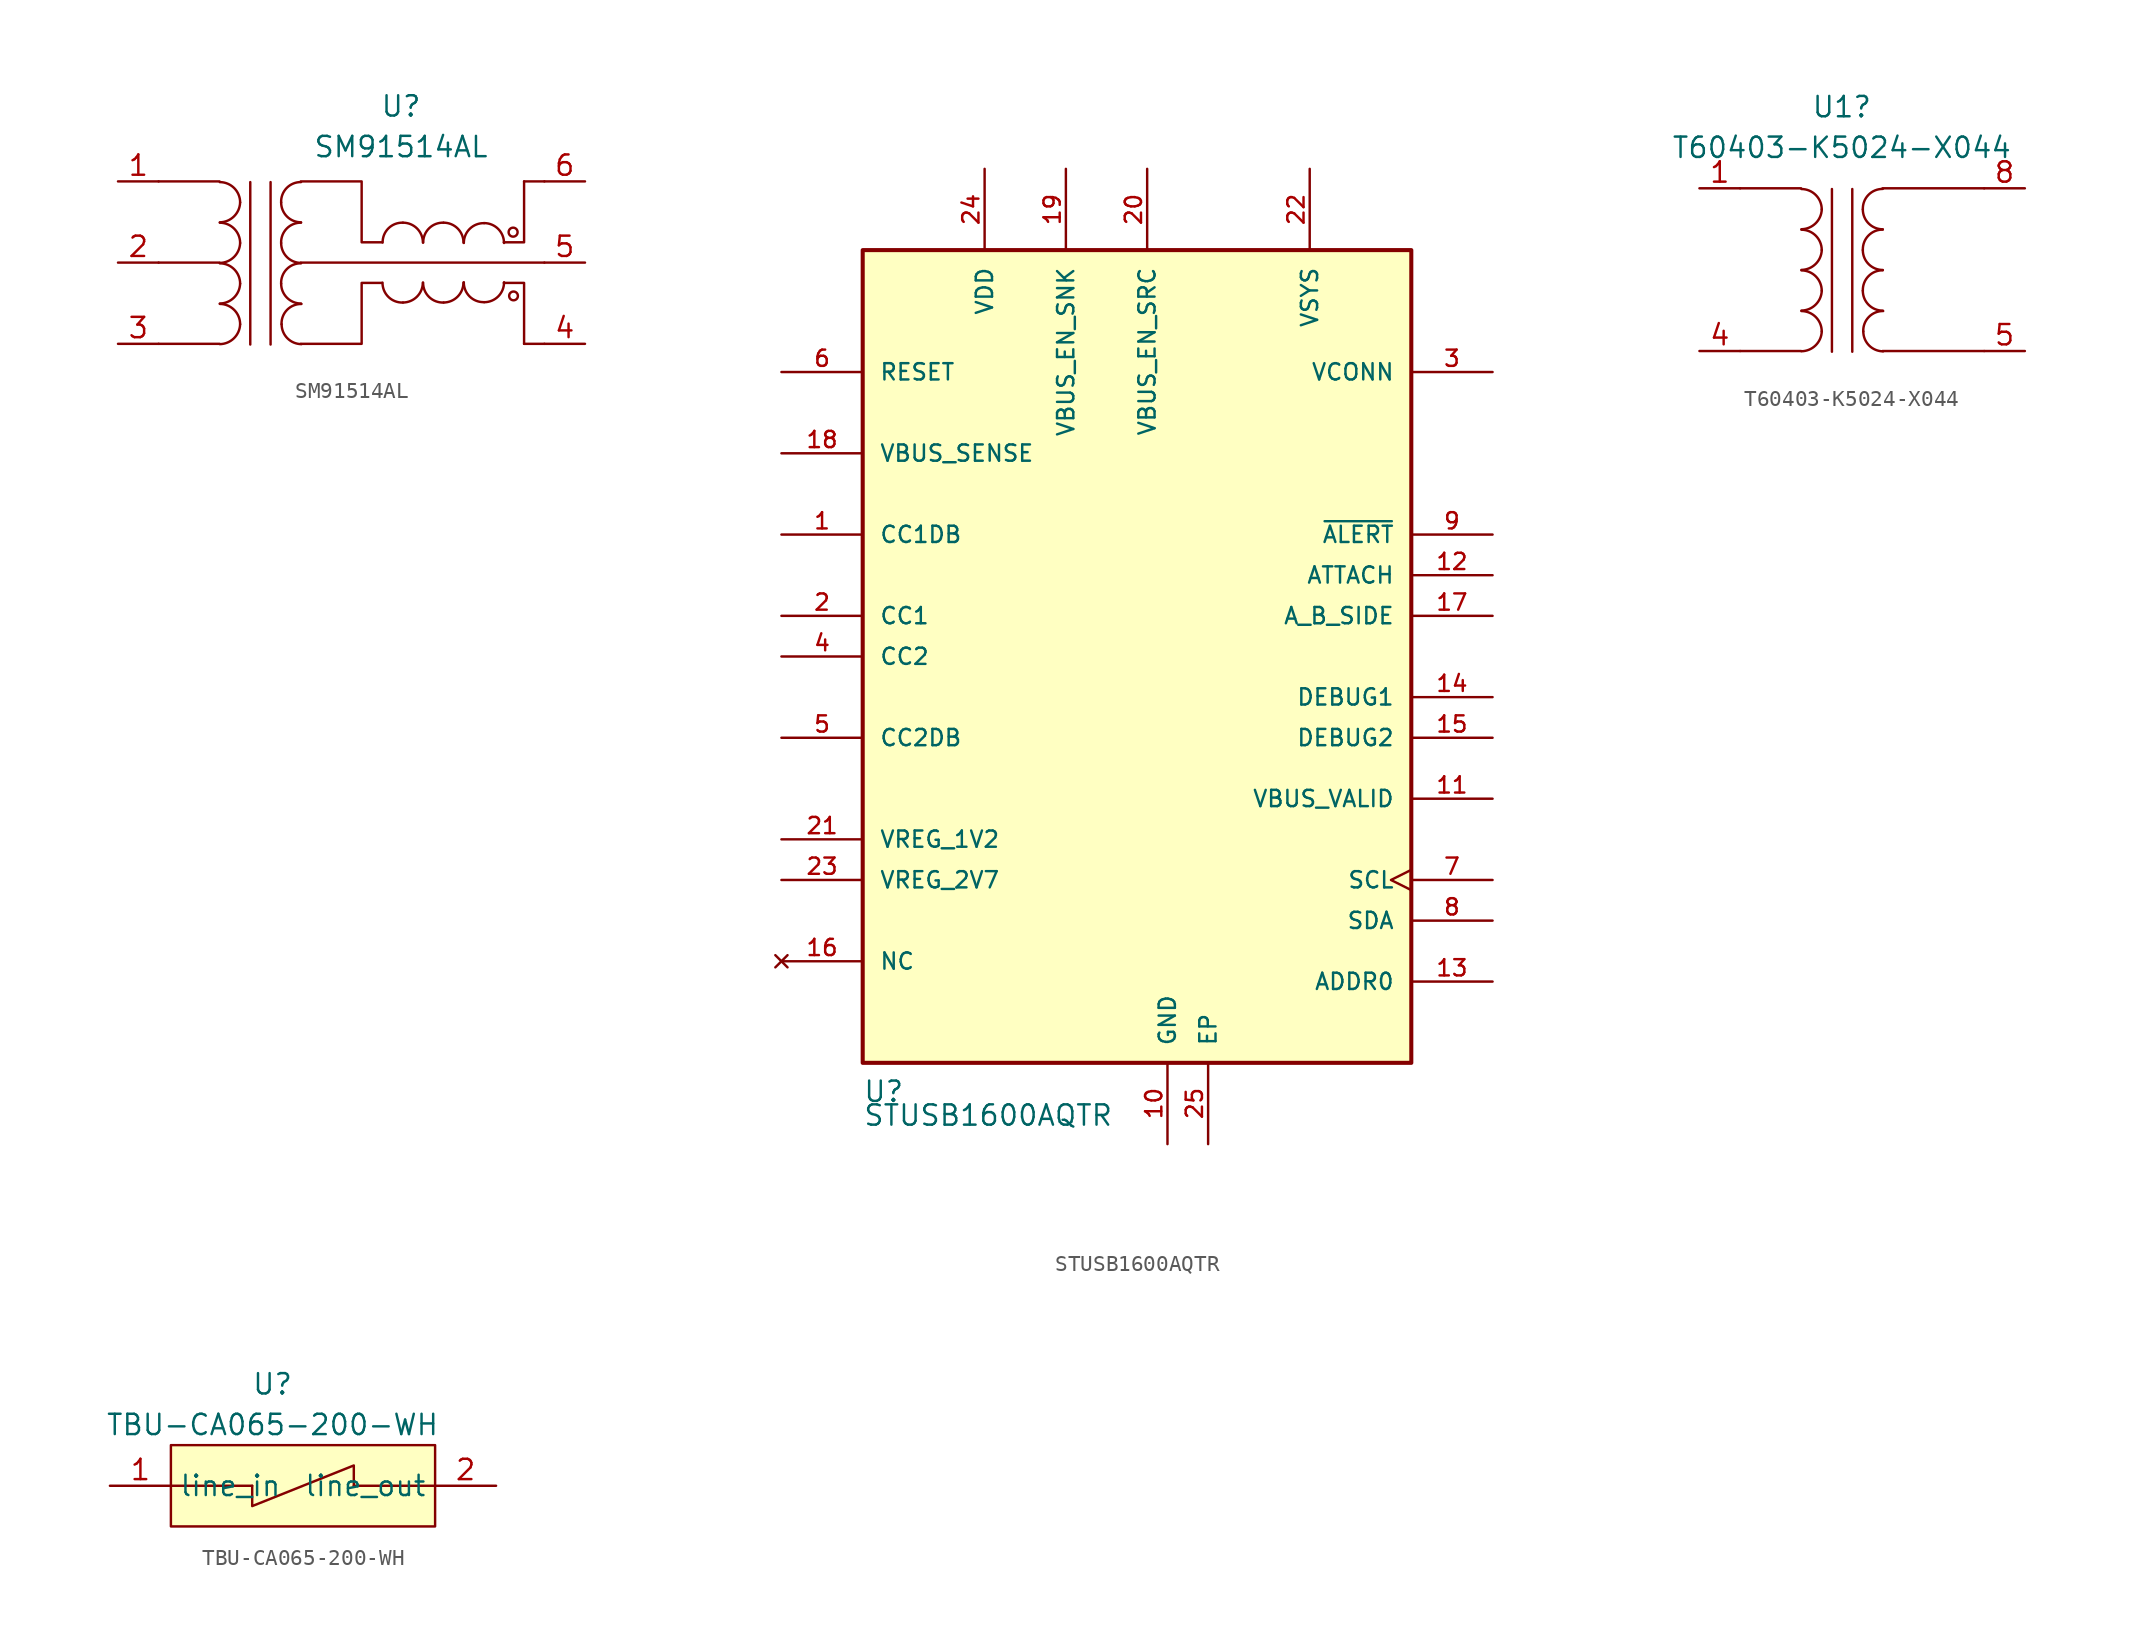
<source format=kicad_sym>
(kicad_symbol_lib
  (version 20220914)
  (generator kicad_symbol_editor)
  (symbol "SM91514AL"
    (property "Reference" "U"
      (at 25.324 -2.921 0)
      (effects (font (size 1.27 1.27))))
    (property "Value" "SM91514AL"
      (at 25.324 -5.461 0)
      (effects (font (size 1.27 1.27))))
    (symbol "SM91514AL_0_0"
      (pin passive line (at 7.62 -7.62 0) (length 2.54) (name "" (effects (font (size 1.27 1.27)))) (number "1" (effects (font (size 1.27 1.27)))))
      (pin passive line (at 7.62 -12.7 0) (length 2.54) (name "" (effects (font (size 1.27 1.27)))) (number "2" (effects (font (size 1.27 1.27)))))
      (pin passive line (at 7.62 -17.78 0) (length 2.54) (name "" (effects (font (size 1.27 1.27)))) (number "3" (effects (font (size 1.27 1.27)))))
      (pin passive line (at 36.83 -17.78 180) (length 2.54) (name "" (effects (font (size 1.27 1.27)))) (number "4" (effects (font (size 1.27 1.27)))))
      (pin passive line (at 36.83 -12.7 180) (length 2.54) (name "" (effects (font (size 1.27 1.27)))) (number "5" (effects (font (size 1.27 1.27)))))
      (pin passive line (at 36.83 -7.62 180) (length 2.54) (name "" (effects (font (size 1.27 1.27)))) (number "6" (effects (font (size 1.27 1.27))))))
    (symbol "SM91514AL_0_1"
      (polyline (pts (xy 13.97 -17.78) (xy 10.16 -17.78)) (stroke (width 0) (type default)) (fill (type none)))
      (polyline (pts (xy 13.97 -12.7) (xy 10.16 -12.7)) (stroke (width 0) (type default)) (fill (type none)))
      (polyline (pts (xy 13.97 -7.62) (xy 10.16 -7.62)) (stroke (width 0) (type default)) (fill (type none)))
      (polyline (pts (xy 15.893 -7.664) (xy 15.893 -17.824)) (stroke (width 0) (type default)) (fill (type none)))
      (polyline (pts (xy 17.163 -17.824) (xy 17.163 -7.664)) (stroke (width 0) (type default)) (fill (type none)))
      (polyline (pts (xy 19.05 -12.7) (xy 34.29 -12.7)) (stroke (width 0) (type default)) (fill (type none)))
      (polyline (pts (xy 34.29 -17.78) (xy 33.02 -17.78)) (stroke (width 0) (type default)) (fill (type none)))
      (polyline (pts (xy 34.29 -7.62) (xy 33.02 -7.62)) (stroke (width 0) (type default)) (fill (type none)))
      (polyline (pts (xy 31.75 -13.97) (xy 33.02 -13.97) (xy 33.02 -17.78)) (stroke (width 0) (type default)) (fill (type none)))
      (polyline (pts (xy 31.75 -11.43) (xy 33.02 -11.43) (xy 33.02 -7.62)) (stroke (width 0) (type default)) (fill (type none)))
      (polyline (pts (xy 19.05 -17.78) (xy 22.86 -17.78) (xy 22.86 -15.24) (xy 22.86 -13.97) (xy 24.13 -13.97)) (stroke (width 0) (type default)) (fill (type none)))
      (polyline (pts (xy 19.05 -7.62) (xy 22.86 -7.62) (xy 22.86 -10.16) (xy 22.86 -11.43) (xy 24.13 -11.43)) (stroke (width 0) (type default)) (fill (type none)))
      (arc (start 13.9883 -17.7989) (mid 14.8722 -17.4306) (end 15.2583 -16.5543) (stroke (width 0) (type default)) (fill (type none)))
      (arc (start 13.9883 -15.2589) (mid 14.8722 -14.8906) (end 15.2583 -14.0143) (stroke (width 0) (type default)) (fill (type none)))
      (arc (start 13.9883 -12.7189) (mid 14.8722 -12.3506) (end 15.2583 -11.4743) (stroke (width 0) (type default)) (fill (type none)))
      (arc (start 13.9883 -10.1789) (mid 14.8722 -9.8106) (end 15.2583 -8.9343) (stroke (width 0) (type default)) (fill (type none)))
      (arc (start 15.2583 -16.5543) (mid 14.8863 -15.6563) (end 13.9883 -15.2843) (stroke (width 0) (type default)) (fill (type none)))
      (arc (start 15.2583 -14.0143) (mid 14.8863 -13.1163) (end 13.9883 -12.7443) (stroke (width 0) (type default)) (fill (type none)))
      (arc (start 15.2583 -11.4743) (mid 14.8863 -10.5763) (end 13.9883 -10.2043) (stroke (width 0) (type default)) (fill (type none)))
      (arc (start 15.2583 -8.9343) (mid 14.8863 -8.0363) (end 13.9883 -7.6643) (stroke (width 0) (type default)) (fill (type none)))
      (arc (start 17.8237 -14.0143) (mid 18.1882 -14.8944) (end 19.0683 -15.2589) (stroke (width 0) (type default)) (fill (type none)))
      (arc (start 17.8237 -11.4743) (mid 18.1882 -12.3544) (end 19.0683 -12.7189) (stroke (width 0) (type default)) (fill (type none)))
      (arc (start 17.8237 -8.9343) (mid 18.1882 -9.8144) (end 19.0683 -10.1789) (stroke (width 0) (type default)) (fill (type none)))
      (arc (start 17.8491 -16.5543) (mid 18.2137 -17.4342) (end 19.0937 -17.7989) (stroke (width 0) (type default)) (fill (type none)))
      (arc (start 19.0683 -12.7443) (mid 18.1741 -13.1128) (end 17.8237 -14.0143) (stroke (width 0) (type default)) (fill (type none)))
      (arc (start 19.0683 -10.2043) (mid 18.1741 -10.5728) (end 17.8237 -11.4743) (stroke (width 0) (type default)) (fill (type none)))
      (arc (start 19.0683 -7.6643) (mid 18.1741 -8.0328) (end 17.8237 -8.9343) (stroke (width 0) (type default)) (fill (type none)))
      (arc (start 19.0937 -15.2843) (mid 18.1992 -15.6526) (end 17.8491 -16.5543) (stroke (width 0) (type default)) (fill (type none)))
      (arc (start 24.172 -13.953) (mid 24.5405 -14.8472) (end 25.442 -15.1976) (stroke (width 0) (type default)) (fill (type none)))
      (arc (start 25.442 -15.1976) (mid 26.3221 -14.8331) (end 26.6866 -13.953) (stroke (width 0) (type default)) (fill (type none)))
      (arc (start 25.442 -10.2024) (mid 24.5403 -10.5527) (end 24.172 -11.447) (stroke (width 0) (type default)) (fill (type none)))
      (arc (start 26.6866 -11.447) (mid 26.3221 -10.5669) (end 25.442 -10.2024) (stroke (width 0) (type default)) (fill (type none)))
      (arc (start 26.712 -13.953) (mid 27.0805 -14.8472) (end 27.982 -15.1976) (stroke (width 0) (type default)) (fill (type none)))
      (arc (start 27.982 -15.1976) (mid 28.8621 -14.8331) (end 29.2266 -13.953) (stroke (width 0) (type default)) (fill (type none)))
      (arc (start 27.982 -10.2024) (mid 27.0803 -10.5527) (end 26.712 -11.447) (stroke (width 0) (type default)) (fill (type none)))
      (arc (start 29.2266 -11.447) (mid 28.8621 -10.5669) (end 27.982 -10.2024) (stroke (width 0) (type default)) (fill (type none)))
      (arc (start 29.252 -13.9276) (mid 29.6203 -14.8221) (end 30.522 -15.1722) (stroke (width 0) (type default)) (fill (type none)))
      (arc (start 30.522 -15.1722) (mid 31.4019 -14.8076) (end 31.7666 -13.9276) (stroke (width 0) (type default)) (fill (type none)))
      (arc (start 30.522 -10.2278) (mid 29.6205 -10.5781) (end 29.252 -11.4724) (stroke (width 0) (type default)) (fill (type none)))
      (arc (start 31.7666 -11.4724) (mid 31.4022 -10.5921) (end 30.522 -10.2278) (stroke (width 0) (type default)) (fill (type none)))
      (circle (center 32.334 -10.795) (radius 0.281) (stroke (width 0) (type default)) (fill (type none)))
      (circle (center 32.36 -14.783) (radius 0.274) (stroke (width 0) (type default)) (fill (type none)))))
  (symbol "STUSB1600AQTR"
    (pin_names
      (offset 1.016))
    (property "Reference" "U"
      (at -20.32 -25.4 0)
      (effects (font (size 1.27 1.27)) (justify left bottom)))
    (property "Value" "STUSB1600AQTR"
      (at -20.32 -25.4 0)
      (effects (font (size 1.27 1.27)) (justify left top)))
    (symbol "STUSB1600AQTR_0_0"
      (rectangle (start -20.32 27.94) (end 13.97 -22.86) (stroke (width 0.254) (type default)) (fill (type background)))
      (pin bidirectional line (at -25.4 10.16 0) (length 5.08) (name "CC1DB" (effects (font (size 1.016 1.016)))) (number "1" (effects (font (size 1.016 1.016)))))
      (pin power_in line (at -1.27 -27.94 90) (length 5.08) (name "GND" (effects (font (size 1.016 1.016)))) (number "10" (effects (font (size 1.016 1.016)))))
      (pin output line (at 19.05 -6.35 180) (length 5.08) (name "VBUS_VALID" (effects (font (size 1.016 1.016)))) (number "11" (effects (font (size 1.016 1.016)))))
      (pin output line (at 19.05 7.62 180) (length 5.08) (name "ATTACH" (effects (font (size 1.016 1.016)))) (number "12" (effects (font (size 1.016 1.016)))))
      (pin input line (at 19.05 -17.78 180) (length 5.08) (name "ADDR0" (effects (font (size 1.016 1.016)))) (number "13" (effects (font (size 1.016 1.016)))))
      (pin output line (at 19.05 0 180) (length 5.08) (name "DEBUG1" (effects (font (size 1.016 1.016)))) (number "14" (effects (font (size 1.016 1.016)))))
      (pin output line (at 19.05 -2.54 180) (length 5.08) (name "DEBUG2" (effects (font (size 1.016 1.016)))) (number "15" (effects (font (size 1.016 1.016)))))
      (pin no_connect line (at -25.4 -16.51 0) (length 5.08) (name "NC" (effects (font (size 1.016 1.016)))) (number "16" (effects (font (size 1.016 1.016)))))
      (pin output line (at 19.05 5.08 180) (length 5.08) (name "A_B_SIDE" (effects (font (size 1.016 1.016)))) (number "17" (effects (font (size 1.016 1.016)))))
      (pin input line (at -25.4 15.24 0) (length 5.08) (name "VBUS_SENSE" (effects (font (size 1.016 1.016)))) (number "18" (effects (font (size 1.016 1.016)))))
      (pin output line (at -7.62 33.02 270) (length 5.08) (name "VBUS_EN_SNK" (effects (font (size 1.016 1.016)))) (number "19" (effects (font (size 1.016 1.016)))))
      (pin bidirectional line (at -25.4 5.08 0) (length 5.08) (name "CC1" (effects (font (size 1.016 1.016)))) (number "2" (effects (font (size 1.016 1.016)))))
      (pin output line (at -2.54 33.02 270) (length 5.08) (name "VBUS_EN_SRC" (effects (font (size 1.016 1.016)))) (number "20" (effects (font (size 1.016 1.016)))))
      (pin output line (at -25.4 -8.89 0) (length 5.08) (name "VREG_1V2" (effects (font (size 1.016 1.016)))) (number "21" (effects (font (size 1.016 1.016)))))
      (pin power_in line (at 7.62 33.02 270) (length 5.08) (name "VSYS" (effects (font (size 1.016 1.016)))) (number "22" (effects (font (size 1.016 1.016)))))
      (pin output line (at -25.4 -11.43 0) (length 5.08) (name "VREG_2V7" (effects (font (size 1.016 1.016)))) (number "23" (effects (font (size 1.016 1.016)))))
      (pin power_in line (at -12.7 33.02 270) (length 5.08) (name "VDD" (effects (font (size 1.016 1.016)))) (number "24" (effects (font (size 1.016 1.016)))))
      (pin power_in line (at 1.27 -27.94 90) (length 5.08) (name "EP" (effects (font (size 1.016 1.016)))) (number "25" (effects (font (size 1.016 1.016)))))
      (pin power_in line (at 19.05 20.32 180) (length 5.08) (name "VCONN" (effects (font (size 1.016 1.016)))) (number "3" (effects (font (size 1.016 1.016)))))
      (pin bidirectional line (at -25.4 2.54 0) (length 5.08) (name "CC2" (effects (font (size 1.016 1.016)))) (number "4" (effects (font (size 1.016 1.016)))))
      (pin bidirectional line (at -25.4 -2.54 0) (length 5.08) (name "CC2DB" (effects (font (size 1.016 1.016)))) (number "5" (effects (font (size 1.016 1.016)))))
      (pin input line (at -25.4 20.32 0) (length 5.08) (name "RESET" (effects (font (size 1.016 1.016)))) (number "6" (effects (font (size 1.016 1.016)))))
      (pin input clock (at 19.05 -11.43 180) (length 5.08) (name "SCL" (effects (font (size 1.016 1.016)))) (number "7" (effects (font (size 1.016 1.016)))))
      (pin bidirectional line (at 19.05 -13.97 180) (length 5.08) (name "SDA" (effects (font (size 1.016 1.016)))) (number "8" (effects (font (size 1.016 1.016)))))
      (pin output line (at 19.05 10.16 180) (length 5.08) (name "~{ALERT}" (effects (font (size 1.016 1.016)))) (number "9" (effects (font (size 1.016 1.016)))))))
  (symbol "T60403-K5024-X044"
    (property "Reference" "U1"
      (at 16.51 -2.54 0)
      (effects (font (size 1.27 1.27))))
    (property "Value" "T60403-K5024-X044"
      (at 16.51 -5.08 0)
      (effects (font (size 1.27 1.27))))
    (symbol "T60403-K5024-X044_0_0"
      (pin passive line (at 7.62 -7.62 0) (length 2.54) (name "" (effects (font (size 1.27 1.27)))) (number "1" (effects (font (size 1.27 1.27)))))
      (pin passive line (at 7.62 -17.78 0) (length 2.54) (name "" (effects (font (size 1.27 1.27)))) (number "4" (effects (font (size 1.27 1.27)))))
      (pin passive line (at 27.94 -17.78 180) (length 2.54) (name "" (effects (font (size 1.27 1.27)))) (number "5" (effects (font (size 1.27 1.27))))))
    (symbol "T60403-K5024-X044_0_1"
      (polyline (pts (xy 13.97 -17.78) (xy 10.16 -17.78)) (stroke (width 0) (type default)) (fill (type none)))
      (polyline (pts (xy 13.97 -7.62) (xy 10.16 -7.62)) (stroke (width 0) (type default)) (fill (type none)))
      (polyline (pts (xy 15.893 -7.664) (xy 15.893 -17.824)) (stroke (width 0) (type default)) (fill (type none)))
      (polyline (pts (xy 17.163 -17.824) (xy 17.163 -7.664)) (stroke (width 0) (type default)) (fill (type none)))
      (polyline (pts (xy 25.4 -17.78) (xy 19.05 -17.78)) (stroke (width 0) (type default)) (fill (type none)))
      (polyline (pts (xy 25.4 -7.62) (xy 19.05 -7.62)) (stroke (width 0) (type default)) (fill (type none)))
      (arc (start 13.9883 -17.7989) (mid 14.8722 -17.4306) (end 15.2583 -16.5543) (stroke (width 0) (type default)) (fill (type none)))
      (arc (start 13.9883 -15.2589) (mid 14.8722 -14.8906) (end 15.2583 -14.0143) (stroke (width 0) (type default)) (fill (type none)))
      (arc (start 13.9883 -12.7189) (mid 14.8722 -12.3506) (end 15.2583 -11.4743) (stroke (width 0) (type default)) (fill (type none)))
      (arc (start 13.9883 -10.1789) (mid 14.8722 -9.8106) (end 15.2583 -8.9343) (stroke (width 0) (type default)) (fill (type none)))
      (arc (start 15.2583 -16.5543) (mid 14.8863 -15.6563) (end 13.9883 -15.2843) (stroke (width 0) (type default)) (fill (type none)))
      (arc (start 15.2583 -14.0143) (mid 14.8863 -13.1163) (end 13.9883 -12.7443) (stroke (width 0) (type default)) (fill (type none)))
      (arc (start 15.2583 -11.4743) (mid 14.8863 -10.5763) (end 13.9883 -10.2043) (stroke (width 0) (type default)) (fill (type none)))
      (arc (start 15.2583 -8.9343) (mid 14.8863 -8.0363) (end 13.9883 -7.6643) (stroke (width 0) (type default)) (fill (type none)))
      (arc (start 17.8237 -14.0143) (mid 18.1882 -14.8944) (end 19.0683 -15.2589) (stroke (width 0) (type default)) (fill (type none)))
      (arc (start 17.8237 -11.4743) (mid 18.1882 -12.3544) (end 19.0683 -12.7189) (stroke (width 0) (type default)) (fill (type none)))
      (arc (start 17.8237 -8.9343) (mid 18.1882 -9.8144) (end 19.0683 -10.1789) (stroke (width 0) (type default)) (fill (type none)))
      (arc (start 17.8491 -16.5543) (mid 18.2137 -17.4342) (end 19.0937 -17.7989) (stroke (width 0) (type default)) (fill (type none)))
      (arc (start 19.0683 -12.7443) (mid 18.1741 -13.1128) (end 17.8237 -14.0143) (stroke (width 0) (type default)) (fill (type none)))
      (arc (start 19.0683 -10.2043) (mid 18.1741 -10.5728) (end 17.8237 -11.4743) (stroke (width 0) (type default)) (fill (type none)))
      (arc (start 19.0683 -7.6643) (mid 18.1741 -8.0328) (end 17.8237 -8.9343) (stroke (width 0) (type default)) (fill (type none)))
      (arc (start 19.0937 -15.2843) (mid 18.1992 -15.6526) (end 17.8491 -16.5543) (stroke (width 0) (type default)) (fill (type none))))
    (symbol "T60403-K5024-X044_1_0"
      (pin passive line (at 27.94 -7.62 180) (length 2.54) (name "" (effects (font (size 1.27 1.27)))) (number "8" (effects (font (size 1.27 1.27)))))))
  (symbol "TBU-CA065-200-WH"
    (property "Reference" "U"
      (at 0 1.27 0)
      (effects (font (size 1.27 1.27))))
    (property "Value" "TBU-CA065-200-WH"
      (at 0 -1.27 0)
      (effects (font (size 1.27 1.27))))
    (symbol "TBU-CA065-200-WH_0_1"
      (rectangle (start -6.35 -5.08) (end -1.27 -5.08) (stroke (width 0) (type default)) (fill (type none)))
      (polyline (pts (xy 5.08 -5.08) (xy 10.16 -5.08)) (stroke (width 0) (type default)) (fill (type none)))
      (polyline (pts (xy -1.27 -5.08) (xy -1.27 -6.35) (xy 5.08 -3.81) (xy 5.08 -5.08)) (stroke (width 0) (type default)) (fill (type none))))
    (symbol "TBU-CA065-200-WH_1_1"
      (rectangle (start -6.35 -2.54) (end 10.16 -7.62) (stroke (width 0) (type default)) (fill (type background)))
      (pin passive line (at -10.16 -5.08 0) (length 3.81) (name "line_in" (effects (font (size 1.27 1.27)))) (number "1" (effects (font (size 1.27 1.27)))))
      (pin passive line (at 13.97 -5.08 180) (length 3.81) (name "line_out" (effects (font (size 1.27 1.27)))) (number "2" (effects (font (size 1.27 1.27))))))))
</source>
